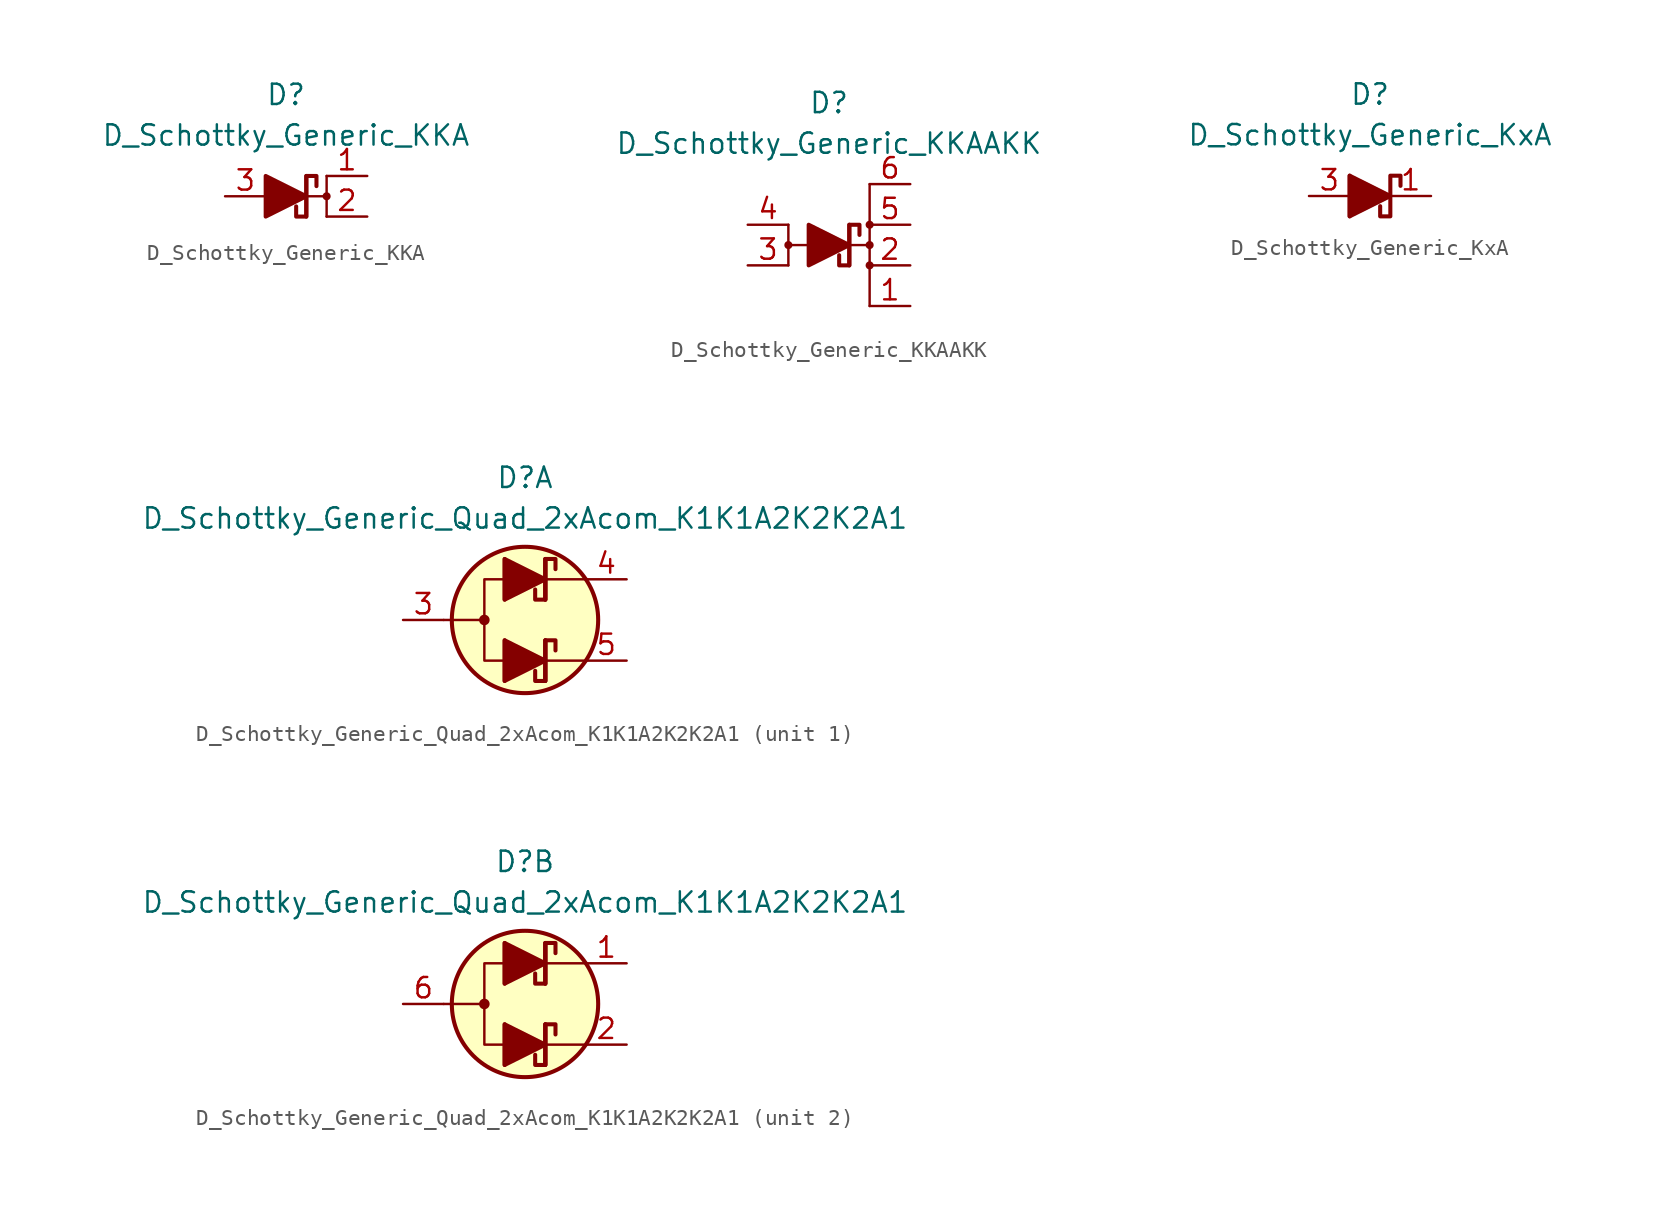
<source format=kicad_sym>
(kicad_symbol_lib
  (version 20211014)
  (generator kicad_symbol_editor)
  (symbol "D_Schottky_Generic_KKA"
    (pin_names
      (offset 1.016) hide)
    (property "Reference" "D"
      (at 0 6.35 0)
      (effects (font (size 1.27 1.27))))
    (property "Value" "D_Schottky_Generic_KKA"
      (at 0 3.81 0)
      (effects (font (size 1.27 1.27))))
    (symbol "D_Schottky_Generic_KKA_0_1"
      (polyline (pts (xy -1.27 0) (xy 1.27 0)) (stroke (width 0) (type default) (color 0 0 0 0)) (fill (type none)))
      (polyline (pts (xy 1.27 -1.27) (xy 1.27 1.27)) (stroke (width 0.254) (type default) (color 0 0 0 0)) (fill (type none)))
      (polyline (pts (xy -1.27 -1.27) (xy -1.27 1.27) (xy 1.27 0) (xy -1.27 -1.27)) (stroke (width 0.254) (type default) (color 0 0 0 0)) (fill (type outline))))
    (symbol "D_Schottky_Generic_KKA_1_1"
      (polyline (pts (xy 1.27 0) (xy 2.54 0)) (stroke (width 0) (type default) (color 0 0 0 0)) (fill (type none)))
      (polyline (pts (xy 2.54 -1.27) (xy 2.54 1.27)) (stroke (width 0) (type default) (color 0 0 0 0)) (fill (type none)))
      (polyline (pts (xy 0.635 -0.635) (xy 0.635 -1.27) (xy 1.27 -1.27) (xy 1.27 1.27) (xy 1.905 1.27) (xy 1.905 0.635)) (stroke (width 0.254) (type default) (color 0 0 0 0)) (fill (type none)))
      (circle (center 2.54 0) (radius 0.178) (stroke (width 0) (type default) (color 0 0 0 0)) (fill (type outline)))
      (pin passive line (at 5.08 1.27 180) (length 2.54) (name "K" (effects (font (size 1.27 1.27)))) (number "1" (effects (font (size 1.27 1.27)))))
      (pin passive line (at 5.08 -1.27 180) (length 2.54) (name "K" (effects (font (size 1.27 1.27)))) (number "2" (effects (font (size 1.27 1.27)))))
      (pin passive line (at -3.81 0 0) (length 2.54) (name "A" (effects (font (size 1.27 1.27)))) (number "3" (effects (font (size 1.27 1.27)))))))
  (symbol "D_Schottky_Generic_KKAAKK"
    (pin_names
      (offset 1.016) hide)
    (property "Reference" "D"
      (at 0 8.89 0)
      (effects (font (size 1.27 1.27))))
    (property "Value" "D_Schottky_Generic_KKAAKK"
      (at 0 6.35 0)
      (effects (font (size 1.27 1.27))))
    (symbol "D_Schottky_Generic_KKAAKK_0_1"
      (polyline (pts (xy -1.27 0) (xy -2.54 0)) (stroke (width 0) (type default) (color 0 0 0 0)) (fill (type none)))
      (polyline (pts (xy -1.27 0) (xy 1.27 0)) (stroke (width 0) (type default) (color 0 0 0 0)) (fill (type none)))
      (polyline (pts (xy 1.27 -1.27) (xy 1.27 1.27)) (stroke (width 0.254) (type default) (color 0 0 0 0)) (fill (type none)))
      (polyline (pts (xy 2.54 -1.27) (xy 2.54 -3.81)) (stroke (width 0) (type default) (color 0 0 0 0)) (fill (type none)))
      (polyline (pts (xy 2.54 -1.27) (xy 2.54 1.27)) (stroke (width 0) (type default) (color 0 0 0 0)) (fill (type none)))
      (polyline (pts (xy 2.54 3.81) (xy 2.54 1.27)) (stroke (width 0) (type default) (color 0 0 0 0)) (fill (type none)))
      (polyline (pts (xy -1.27 -1.27) (xy -1.27 1.27) (xy 1.27 0) (xy -1.27 -1.27)) (stroke (width 0.254) (type default) (color 0 0 0 0)) (fill (type outline)))
      (circle (center 2.54 0) (radius 0.178) (stroke (width 0) (type default) (color 0 0 0 0)) (fill (type outline))))
    (symbol "D_Schottky_Generic_KKAAKK_1_1"
      (circle (center -2.54 0) (radius 0.178) (stroke (width 0) (type default) (color 0 0 0 0)) (fill (type outline)))
      (polyline (pts (xy -2.54 1.27) (xy -2.54 -1.27)) (stroke (width 0) (type default) (color 0 0 0 0)) (fill (type none)))
      (polyline (pts (xy 1.27 0) (xy 2.54 0)) (stroke (width 0) (type default) (color 0 0 0 0)) (fill (type none)))
      (polyline (pts (xy 0.635 -0.635) (xy 0.635 -1.27) (xy 1.27 -1.27) (xy 1.27 1.27) (xy 1.905 1.27) (xy 1.905 0.635)) (stroke (width 0.254) (type default) (color 0 0 0 0)) (fill (type none)))
      (circle (center 2.54 -1.27) (radius 0.178) (stroke (width 0) (type default) (color 0 0 0 0)) (fill (type outline)))
      (circle (center 2.54 1.27) (radius 0.178) (stroke (width 0) (type default) (color 0 0 0 0)) (fill (type outline)))
      (pin passive line (at 5.08 -3.81 180) (length 2.54) (name "K" (effects (font (size 1.27 1.27)))) (number "1" (effects (font (size 1.27 1.27)))))
      (pin passive line (at 5.08 -1.27 180) (length 2.54) (name "K" (effects (font (size 1.27 1.27)))) (number "2" (effects (font (size 1.27 1.27)))))
      (pin passive line (at -5.08 -1.27 0) (length 2.54) (name "A" (effects (font (size 1.27 1.27)))) (number "3" (effects (font (size 1.27 1.27)))))
      (pin passive line (at -5.08 1.27 0) (length 2.54) (name "A" (effects (font (size 1.27 1.27)))) (number "4" (effects (font (size 1.27 1.27)))))
      (pin passive line (at 5.08 1.27 180) (length 2.54) (name "K" (effects (font (size 1.27 1.27)))) (number "5" (effects (font (size 1.27 1.27)))))
      (pin passive line (at 5.08 3.81 180) (length 2.54) (name "K" (effects (font (size 1.27 1.27)))) (number "6" (effects (font (size 1.27 1.27)))))))
  (symbol "D_Schottky_Generic_KxA"
    (pin_names
      (offset 1.016) hide)
    (property "Reference" "D"
      (at 0 6.35 0)
      (effects (font (size 1.27 1.27))))
    (property "Value" "D_Schottky_Generic_KxA"
      (at 0 3.81 0)
      (effects (font (size 1.27 1.27))))
    (symbol "D_Schottky_Generic_KxA_0_1"
      (polyline (pts (xy -1.27 0) (xy 1.27 0)) (stroke (width 0) (type default) (color 0 0 0 0)) (fill (type none)))
      (polyline (pts (xy -1.27 1.27) (xy -1.27 -1.27)) (stroke (width 0.254) (type default) (color 0 0 0 0)) (fill (type none)))
      (polyline (pts (xy -1.27 -1.27) (xy -1.27 1.27) (xy 1.27 0) (xy -1.27 -1.27)) (stroke (width 0.254) (type default) (color 0 0 0 0)) (fill (type outline))))
    (symbol "D_Schottky_Generic_KxA_1_1"
      (polyline (pts (xy 1.905 0.635) (xy 1.905 1.27) (xy 1.27 1.27) (xy 1.27 -1.27) (xy 0.635 -1.27) (xy 0.635 -0.635)) (stroke (width 0.254) (type default) (color 0 0 0 0)) (fill (type none)))
      (pin passive line (at 3.81 0 180) (length 2.54) (name "K" (effects (font (size 1.27 1.27)))) (number "1" (effects (font (size 1.27 1.27)))))
      (pin no_connect line (at 0 0 0) (length 2.54) hide (name "NC" (effects (font (size 1.27 1.27)))) (number "2" (effects (font (size 1.27 1.27)))))
      (pin passive line (at -3.81 0 0) (length 2.54) (name "A" (effects (font (size 1.27 1.27)))) (number "3" (effects (font (size 1.27 1.27)))))))
  (symbol "D_Schottky_Generic_Quad_2xAcom_K1K1A2K2K2A1"
    (pin_names
      (offset 1.016) hide)
    (property "Reference" "D"
      (at 0 8.89 0)
      (effects (font (size 1.27 1.27))))
    (property "Value" "D_Schottky_Generic_Quad_2xAcom_K1K1A2K2K2A1"
      (at 0 6.35 0)
      (effects (font (size 1.27 1.27))))
    (property "ki_locked" ""
      (at 0 0 0)
      (effects (font (size 1.27 1.27))))
    (symbol "D_Schottky_Generic_Quad_2xAcom_K1K1A2K2K2A1_1_1"
      (circle (center -2.54 0) (radius 0.254) (stroke (width 0) (type default) (color 0 0 0 0)) (fill (type outline)))
      (polyline (pts (xy -5.08 0) (xy -2.54 0)) (stroke (width 0) (type default) (color 0 0 0 0)) (fill (type none)))
      (polyline (pts (xy -1.27 -2.54) (xy 1.27 -2.54)) (stroke (width 0) (type default) (color 0 0 0 0)) (fill (type none)))
      (polyline (pts (xy -1.27 -1.27) (xy -1.27 -3.81)) (stroke (width 0.254) (type default) (color 0 0 0 0)) (fill (type none)))
      (polyline (pts (xy -1.27 2.54) (xy 1.27 2.54)) (stroke (width 0) (type default) (color 0 0 0 0)) (fill (type none)))
      (polyline (pts (xy -1.27 3.81) (xy -1.27 1.27)) (stroke (width 0.254) (type default) (color 0 0 0 0)) (fill (type none)))
      (polyline (pts (xy 1.27 -2.54) (xy -1.27 -2.54)) (stroke (width 0) (type default) (color 0 0 0 0)) (fill (type none)))
      (polyline (pts (xy 1.27 -2.54) (xy 3.81 -2.54)) (stroke (width 0) (type default) (color 0 0 0 0)) (fill (type none)))
      (polyline (pts (xy 1.27 -1.27) (xy 1.27 -3.81)) (stroke (width 0.254) (type default) (color 0 0 0 0)) (fill (type none)))
      (polyline (pts (xy 1.27 -1.27) (xy 1.27 -3.81)) (stroke (width 0.254) (type default) (color 0 0 0 0)) (fill (type none)))
      (polyline (pts (xy 1.27 2.54) (xy -1.27 2.54)) (stroke (width 0) (type default) (color 0 0 0 0)) (fill (type none)))
      (polyline (pts (xy 1.27 2.54) (xy 3.81 2.54)) (stroke (width 0) (type default) (color 0 0 0 0)) (fill (type none)))
      (polyline (pts (xy 1.27 3.81) (xy 1.27 1.27)) (stroke (width 0.254) (type default) (color 0 0 0 0)) (fill (type none)))
      (polyline (pts (xy 1.27 3.81) (xy 1.27 1.27)) (stroke (width 0.254) (type default) (color 0 0 0 0)) (fill (type none)))
      (polyline (pts (xy -1.27 -3.81) (xy -1.27 -1.27) (xy 1.27 -2.54) (xy -1.27 -3.81)) (stroke (width 0.254) (type default) (color 0 0 0 0)) (fill (type outline)))
      (polyline (pts (xy -1.27 1.27) (xy -1.27 3.81) (xy 1.27 2.54) (xy -1.27 1.27)) (stroke (width 0.254) (type default) (color 0 0 0 0)) (fill (type outline)))
      (polyline (pts (xy -1.27 2.54) (xy -2.54 2.54) (xy -2.54 -2.54) (xy -1.27 -2.54)) (stroke (width 0) (type default) (color 0 0 0 0)) (fill (type none)))
      (polyline (pts (xy 1.905 -1.905) (xy 1.905 -1.27) (xy 1.27 -1.27) (xy 1.27 -3.81) (xy 0.635 -3.81) (xy 0.635 -3.175)) (stroke (width 0.254) (type default) (color 0 0 0 0)) (fill (type none)))
      (polyline (pts (xy 1.905 3.175) (xy 1.905 3.81) (xy 1.27 3.81) (xy 1.27 1.27) (xy 0.635 1.27) (xy 0.635 1.905)) (stroke (width 0.254) (type default) (color 0 0 0 0)) (fill (type none)))
      (circle (center 0 0) (radius 4.572) (stroke (width 0.254) (type default) (color 0 0 0 0)) (fill (type background)))
      (pin passive line (at -7.62 0 0) (length 2.54) (name "A2" (effects (font (size 1.27 1.27)))) (number "3" (effects (font (size 1.27 1.27)))))
      (pin passive line (at 6.35 2.54 180) (length 2.54) (name "K2" (effects (font (size 1.27 1.27)))) (number "4" (effects (font (size 1.27 1.27)))))
      (pin passive line (at 6.35 -2.54 180) (length 2.54) (name "K2" (effects (font (size 1.27 1.27)))) (number "5" (effects (font (size 1.27 1.27))))))
    (symbol "D_Schottky_Generic_Quad_2xAcom_K1K1A2K2K2A1_2_1"
      (circle (center -2.54 0) (radius 0.254) (stroke (width 0) (type default) (color 0 0 0 0)) (fill (type outline)))
      (polyline (pts (xy -5.08 0) (xy -2.54 0)) (stroke (width 0) (type default) (color 0 0 0 0)) (fill (type none)))
      (polyline (pts (xy -1.27 -2.54) (xy 1.27 -2.54)) (stroke (width 0) (type default) (color 0 0 0 0)) (fill (type none)))
      (polyline (pts (xy -1.27 -1.27) (xy -1.27 -3.81)) (stroke (width 0.254) (type default) (color 0 0 0 0)) (fill (type none)))
      (polyline (pts (xy -1.27 2.54) (xy 1.27 2.54)) (stroke (width 0) (type default) (color 0 0 0 0)) (fill (type none)))
      (polyline (pts (xy -1.27 3.81) (xy -1.27 1.27)) (stroke (width 0.254) (type default) (color 0 0 0 0)) (fill (type none)))
      (polyline (pts (xy 1.27 -2.54) (xy -1.27 -2.54)) (stroke (width 0) (type default) (color 0 0 0 0)) (fill (type none)))
      (polyline (pts (xy 1.27 -2.54) (xy 3.81 -2.54)) (stroke (width 0) (type default) (color 0 0 0 0)) (fill (type none)))
      (polyline (pts (xy 1.27 -1.27) (xy 1.27 -3.81)) (stroke (width 0.254) (type default) (color 0 0 0 0)) (fill (type none)))
      (polyline (pts (xy 1.27 -1.27) (xy 1.27 -3.81)) (stroke (width 0.254) (type default) (color 0 0 0 0)) (fill (type none)))
      (polyline (pts (xy 1.27 2.54) (xy -1.27 2.54)) (stroke (width 0) (type default) (color 0 0 0 0)) (fill (type none)))
      (polyline (pts (xy 1.27 2.54) (xy 3.81 2.54)) (stroke (width 0) (type default) (color 0 0 0 0)) (fill (type none)))
      (polyline (pts (xy 1.27 3.81) (xy 1.27 1.27)) (stroke (width 0.254) (type default) (color 0 0 0 0)) (fill (type none)))
      (polyline (pts (xy 1.27 3.81) (xy 1.27 1.27)) (stroke (width 0.254) (type default) (color 0 0 0 0)) (fill (type none)))
      (polyline (pts (xy -1.27 -3.81) (xy -1.27 -1.27) (xy 1.27 -2.54) (xy -1.27 -3.81)) (stroke (width 0.254) (type default) (color 0 0 0 0)) (fill (type outline)))
      (polyline (pts (xy -1.27 1.27) (xy -1.27 3.81) (xy 1.27 2.54) (xy -1.27 1.27)) (stroke (width 0.254) (type default) (color 0 0 0 0)) (fill (type outline)))
      (polyline (pts (xy -1.27 2.54) (xy -2.54 2.54) (xy -2.54 -2.54) (xy -1.27 -2.54)) (stroke (width 0) (type default) (color 0 0 0 0)) (fill (type none)))
      (polyline (pts (xy 1.905 -1.905) (xy 1.905 -1.27) (xy 1.27 -1.27) (xy 1.27 -3.81) (xy 0.635 -3.81) (xy 0.635 -3.175)) (stroke (width 0.254) (type default) (color 0 0 0 0)) (fill (type none)))
      (polyline (pts (xy 1.905 3.175) (xy 1.905 3.81) (xy 1.27 3.81) (xy 1.27 1.27) (xy 0.635 1.27) (xy 0.635 1.905)) (stroke (width 0.254) (type default) (color 0 0 0 0)) (fill (type none)))
      (circle (center 0 0) (radius 4.572) (stroke (width 0.254) (type default) (color 0 0 0 0)) (fill (type background)))
      (pin passive line (at 6.35 2.54 180) (length 2.54) (name "K1" (effects (font (size 1.27 1.27)))) (number "1" (effects (font (size 1.27 1.27)))))
      (pin passive line (at 6.35 -2.54 180) (length 2.54) (name "K1" (effects (font (size 1.27 1.27)))) (number "2" (effects (font (size 1.27 1.27)))))
      (pin passive line (at -7.62 0 0) (length 2.54) (name "A1" (effects (font (size 1.27 1.27)))) (number "6" (effects (font (size 1.27 1.27))))))))
</source>
